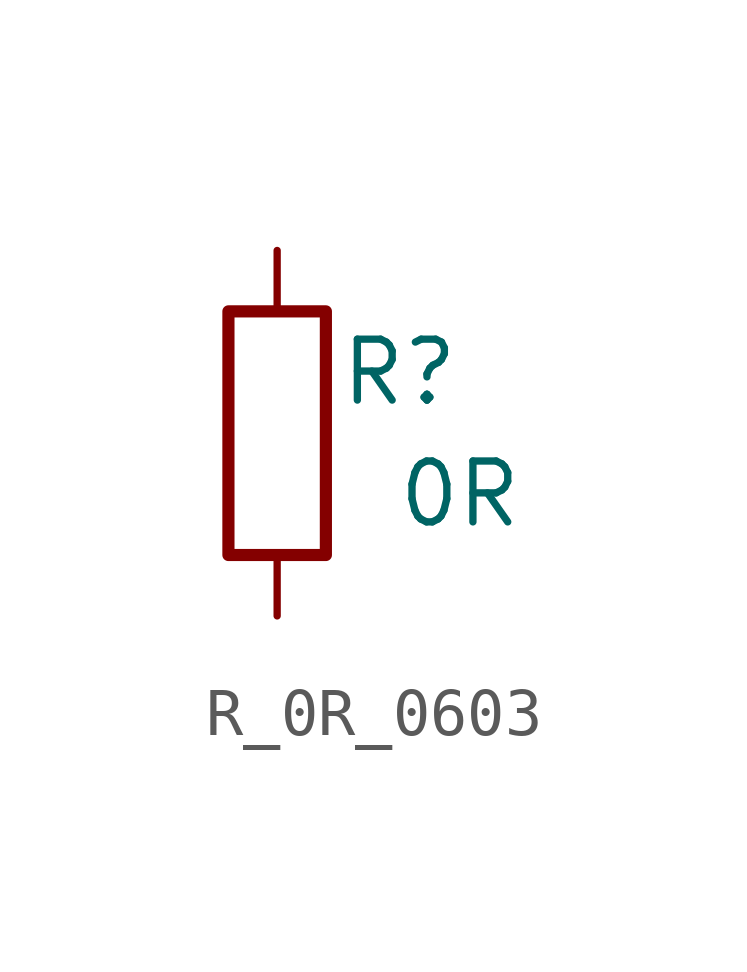
<source format=kicad_sym>
(kicad_symbol_lib
  (version 20231120)
  (generator "kicad_symbol_editor")
  (generator_version "8.0")
  (symbol "R_0R_0603"
    (pin_numbers hide)
    (pin_names
      (offset 0))
    (property "Reference" "R"
      (at 1.27 1.27 0)
      (effects (font (size 1.27 1.27)) (justify left)))
    (property "Value" "0R"
      (at 3.81 -1.27 0)
      (effects (font (size 1.27 1.27))))
    (symbol "R_0R_0603_0_1"
      (rectangle (start -1.016 -2.54) (end 1.016 2.54) (stroke (width 0.254) (type default)) (fill (type none))))
    (symbol "R_0R_0603_1_1"
      (pin passive line (at 0 3.81 270) (length 1.27) (name "~" (effects (font (size 1.27 1.27)))) (number "1" (effects (font (size 1.27 1.27)))))
      (pin passive line (at 0 -3.81 90) (length 1.27) (name "~" (effects (font (size 1.27 1.27)))) (number "2" (effects (font (size 1.27 1.27))))))))
</source>
